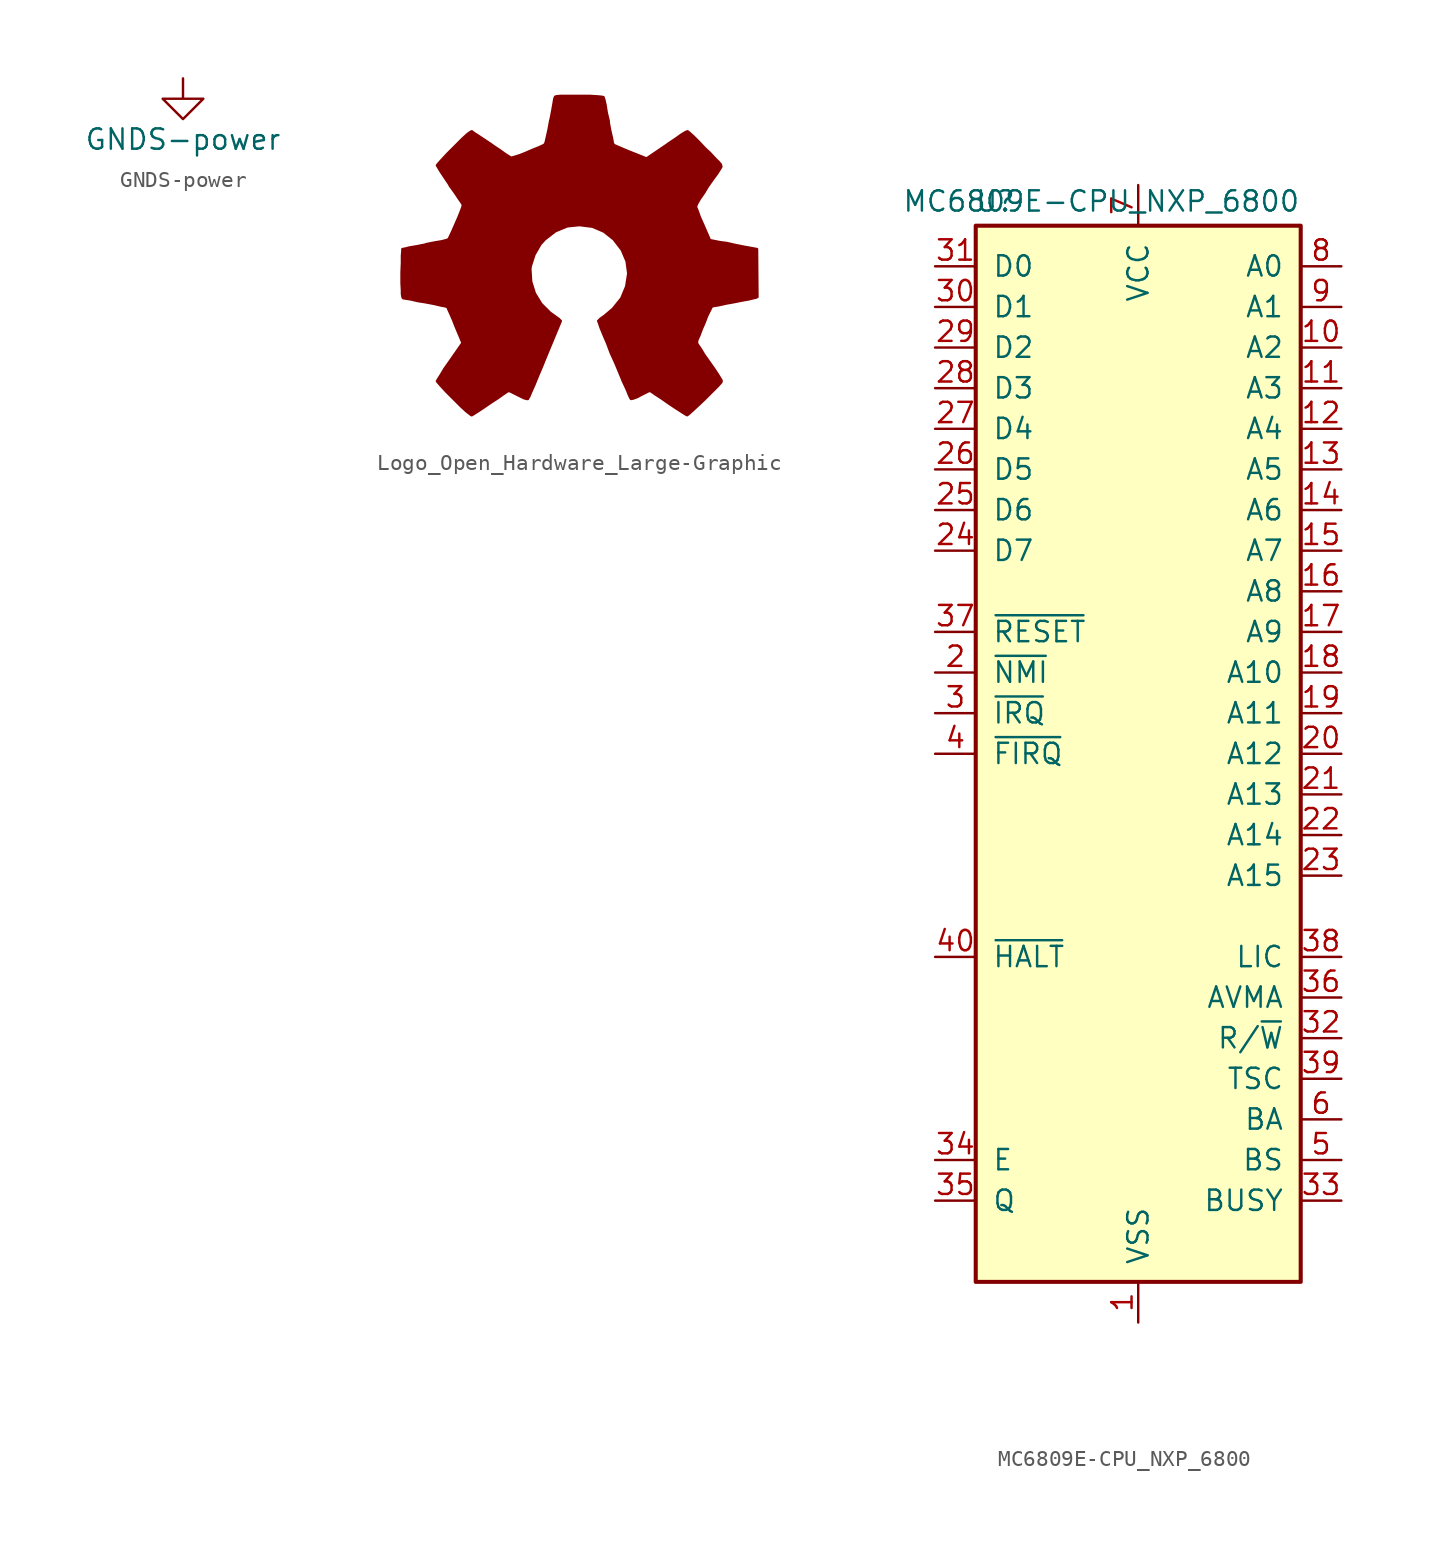
<source format=kicad_sym>
(kicad_symbol_lib
  (version 20211014)
  (generator kicad_symbol_editor)
  (symbol "GNDS-power"
    (power)
    (pin_names
      (offset 0))
    (property "Reference" "#PWR"
      (at 0 -6.35 0)
      (effects (font (size 1.27 1.27)) hide))
    (property "Value" "GNDS-power"
      (at 0 -3.81 0)
      (effects (font (size 1.27 1.27))))
    (symbol "GNDS-power_0_1"
      (polyline (pts (xy 0 0) (xy 0 -1.27) (xy 1.27 -1.27) (xy 0 -2.54) (xy -1.27 -1.27) (xy 0 -1.27)) (stroke (width 0) (type default) (color 0 0 0 0)) (fill (type none))))
    (symbol "GNDS-power_1_1"
      (pin power_in line (at 0 0 270) (length 0) hide (name "GNDS" (effects (font (size 1.27 1.27)))) (number "1" (effects (font (size 1.27 1.27)))))))
  (symbol "Logo_Open_Hardware_Large-Graphic"
    (pin_names
      (offset 1.016))
    (property "Reference" "#LOGO"
      (at 0 12.7 0)
      (effects (font (size 1.27 1.27)) hide))
    (symbol "Logo_Open_Hardware_Large-Graphic_1_1"
      (polyline (pts (xy 6.731 -8.712) (xy 6.629 -8.661) (xy 6.35 -8.484) (xy 5.994 -8.255) (xy 5.537 -7.95) (xy 5.105 -7.645) (xy 4.75 -7.417) (xy 4.496 -7.239) (xy 4.394 -7.188) (xy 4.318 -7.214) (xy 4.115 -7.315) (xy 3.81 -7.468) (xy 3.632 -7.569) (xy 3.353 -7.671) (xy 3.226 -7.696) (xy 3.2 -7.671) (xy 3.099 -7.468) (xy 2.946 -7.087) (xy 2.718 -6.604) (xy 2.489 -6.045) (xy 2.235 -5.436) (xy 1.956 -4.826) (xy 1.727 -4.216) (xy 1.499 -3.683) (xy 1.321 -3.251) (xy 1.219 -2.946) (xy 1.168 -2.819) (xy 1.194 -2.794) (xy 1.321 -2.667) (xy 1.575 -2.489) (xy 2.083 -2.057) (xy 2.616 -1.397) (xy 2.921 -0.66) (xy 3.048 0.152) (xy 2.946 0.914) (xy 2.642 1.626) (xy 2.134 2.286) (xy 1.524 2.769) (xy 0.813 3.073) (xy 0 3.175) (xy -0.762 3.099) (xy -1.499 2.794) (xy -2.159 2.286) (xy -2.438 1.981) (xy -2.819 1.321) (xy -3.048 0.61) (xy -3.073 0.432) (xy -3.023 -0.356) (xy -2.794 -1.092) (xy -2.388 -1.753) (xy -1.829 -2.311) (xy -1.753 -2.362) (xy -1.473 -2.565) (xy -1.295 -2.692) (xy -1.168 -2.819) (xy -2.159 -5.207) (xy -2.311 -5.588) (xy -2.591 -6.248) (xy -2.819 -6.807) (xy -3.023 -7.264) (xy -3.15 -7.569) (xy -3.226 -7.671) (xy -3.226 -7.696) (xy -3.302 -7.696) (xy -3.48 -7.645) (xy -3.835 -7.468) (xy -4.039 -7.366) (xy -4.293 -7.239) (xy -4.42 -7.188) (xy -4.521 -7.239) (xy -4.75 -7.391) (xy -5.105 -7.645) (xy -5.537 -7.925) (xy -5.944 -8.204) (xy -6.325 -8.458) (xy -6.604 -8.636) (xy -6.731 -8.712) (xy -6.756 -8.712) (xy -6.858 -8.636) (xy -7.087 -8.458) (xy -7.417 -8.153) (xy -7.874 -7.696) (xy -7.95 -7.62) (xy -8.331 -7.239) (xy -8.636 -6.909) (xy -8.839 -6.68) (xy -8.915 -6.579) (xy -8.915 -6.579) (xy -8.839 -6.452) (xy -8.661 -6.172) (xy -8.433 -5.791) (xy -8.128 -5.359) (xy -7.315 -4.191) (xy -7.772 -3.099) (xy -7.899 -2.769) (xy -8.077 -2.362) (xy -8.204 -2.083) (xy -8.255 -1.956) (xy -8.382 -1.905) (xy -8.661 -1.854) (xy -9.093 -1.753) (xy -9.627 -1.651) (xy -10.109 -1.575) (xy -10.541 -1.473) (xy -10.871 -1.422) (xy -11.024 -1.397) (xy -11.049 -1.372) (xy -11.074 -1.295) (xy -11.1 -1.143) (xy -11.1 -0.889) (xy -11.125 -0.457) (xy -11.125 0.152) (xy -11.125 0.229) (xy -11.1 0.813) (xy -11.1 1.27) (xy -11.074 1.549) (xy -11.074 1.676) (xy -11.074 1.676) (xy -10.922 1.702) (xy -10.617 1.778) (xy -10.16 1.854) (xy -9.652 1.956) (xy -9.601 1.981) (xy -9.093 2.083) (xy -8.636 2.159) (xy -8.331 2.235) (xy -8.204 2.286) (xy -8.179 2.311) (xy -8.077 2.515) (xy -7.925 2.845) (xy -7.747 3.251) (xy -7.569 3.658) (xy -7.417 4.039) (xy -7.315 4.318) (xy -7.29 4.445) (xy -7.29 4.445) (xy -7.366 4.572) (xy -7.544 4.826) (xy -7.798 5.207) (xy -8.128 5.664) (xy -8.128 5.69) (xy -8.433 6.147) (xy -8.687 6.528) (xy -8.839 6.782) (xy -8.915 6.909) (xy -8.915 6.909) (xy -8.814 7.036) (xy -8.585 7.29) (xy -8.255 7.645) (xy -7.874 8.026) (xy -7.747 8.153) (xy -7.315 8.585) (xy -7.01 8.865) (xy -6.833 8.992) (xy -6.731 9.042) (xy -6.731 9.042) (xy -6.604 8.941) (xy -6.325 8.763) (xy -5.944 8.509) (xy -5.486 8.204) (xy -5.461 8.179) (xy -5.004 7.874) (xy -4.648 7.62) (xy -4.369 7.442) (xy -4.267 7.391) (xy -4.242 7.391) (xy -4.064 7.442) (xy -3.734 7.544) (xy -3.353 7.696) (xy -2.946 7.874) (xy -2.565 8.026) (xy -2.286 8.153) (xy -2.159 8.23) (xy -2.159 8.23) (xy -2.108 8.382) (xy -2.032 8.712) (xy -1.93 9.169) (xy -1.829 9.728) (xy -1.803 9.804) (xy -1.702 10.338) (xy -1.626 10.77) (xy -1.575 11.074) (xy -1.524 11.201) (xy -1.448 11.227) (xy -1.194 11.252) (xy -0.813 11.252) (xy -0.33 11.252) (xy 0.152 11.252) (xy 0.66 11.252) (xy 1.067 11.227) (xy 1.372 11.201) (xy 1.499 11.176) (xy 1.499 11.176) (xy 1.549 11.024) (xy 1.626 10.693) (xy 1.702 10.211) (xy 1.829 9.677) (xy 1.829 9.576) (xy 1.93 9.042) (xy 2.032 8.611) (xy 2.083 8.306) (xy 2.134 8.204) (xy 2.159 8.179) (xy 2.388 8.077) (xy 2.743 7.925) (xy 3.175 7.747) (xy 4.191 7.341) (xy 5.461 8.204) (xy 5.563 8.28) (xy 6.02 8.585) (xy 6.375 8.839) (xy 6.629 8.992) (xy 6.756 9.042) (xy 6.756 9.042) (xy 6.883 8.941) (xy 7.137 8.712) (xy 7.468 8.382) (xy 7.849 7.976) (xy 8.153 7.696) (xy 8.484 7.341) (xy 8.712 7.112) (xy 8.839 6.96) (xy 8.865 6.858) (xy 8.865 6.807) (xy 8.788 6.68) (xy 8.611 6.401) (xy 8.331 6.02) (xy 8.026 5.588) (xy 7.798 5.207) (xy 7.518 4.801) (xy 7.341 4.496) (xy 7.29 4.343) (xy 7.29 4.293) (xy 7.391 4.039) (xy 7.518 3.683) (xy 7.722 3.226) (xy 8.153 2.235) (xy 8.788 2.108) (xy 9.195 2.057) (xy 9.754 1.93) (xy 10.262 1.829) (xy 11.1 1.676) (xy 11.125 -1.321) (xy 10.998 -1.372) (xy 10.871 -1.397) (xy 10.566 -1.473) (xy 10.135 -1.549) (xy 9.627 -1.651) (xy 9.195 -1.727) (xy 8.738 -1.829) (xy 8.433 -1.88) (xy 8.28 -1.905) (xy 8.255 -1.956) (xy 8.153 -2.159) (xy 7.976 -2.515) (xy 7.823 -2.921) (xy 7.645 -3.327) (xy 7.493 -3.734) (xy 7.366 -4.013) (xy 7.341 -4.191) (xy 7.391 -4.293) (xy 7.569 -4.547) (xy 7.798 -4.928) (xy 8.103 -5.359) (xy 8.407 -5.791) (xy 8.661 -6.172) (xy 8.814 -6.426) (xy 8.89 -6.553) (xy 8.865 -6.655) (xy 8.687 -6.858) (xy 8.357 -7.188) (xy 7.874 -7.671) (xy 7.798 -7.747) (xy 7.391 -8.128) (xy 7.061 -8.433) (xy 6.833 -8.636) (xy 6.731 -8.712)) (stroke (width 0) (type default) (color 0 0 0 0)) (fill (type outline)))))
  (symbol "MC6809E-CPU_NXP_6800"
    (pin_names
      (offset 1.016))
    (property "Reference" "U"
      (at -7.62 34.544 0)
      (effects (font (size 1.27 1.27)) (justify right)))
    (property "Value" "MC6809E-CPU_NXP_6800"
      (at 10.16 34.544 0)
      (effects (font (size 1.27 1.27)) (justify right)))
    (symbol "MC6809E-CPU_NXP_6800_0_1"
      (rectangle (start -10.16 -33.02) (end 10.16 33.02) (stroke (width 0.254) (type default) (color 0 0 0 0)) (fill (type background))))
    (symbol "MC6809E-CPU_NXP_6800_1_1"
      (pin power_in line (at 0 -35.56 90) (length 2.54) (name "VSS" (effects (font (size 1.27 1.27)))) (number "1" (effects (font (size 1.27 1.27)))))
      (pin output line (at 12.7 25.4 180) (length 2.54) (name "A2" (effects (font (size 1.27 1.27)))) (number "10" (effects (font (size 1.27 1.27)))))
      (pin output line (at 12.7 22.86 180) (length 2.54) (name "A3" (effects (font (size 1.27 1.27)))) (number "11" (effects (font (size 1.27 1.27)))))
      (pin output line (at 12.7 20.32 180) (length 2.54) (name "A4" (effects (font (size 1.27 1.27)))) (number "12" (effects (font (size 1.27 1.27)))))
      (pin output line (at 12.7 17.78 180) (length 2.54) (name "A5" (effects (font (size 1.27 1.27)))) (number "13" (effects (font (size 1.27 1.27)))))
      (pin output line (at 12.7 15.24 180) (length 2.54) (name "A6" (effects (font (size 1.27 1.27)))) (number "14" (effects (font (size 1.27 1.27)))))
      (pin output line (at 12.7 12.7 180) (length 2.54) (name "A7" (effects (font (size 1.27 1.27)))) (number "15" (effects (font (size 1.27 1.27)))))
      (pin output line (at 12.7 10.16 180) (length 2.54) (name "A8" (effects (font (size 1.27 1.27)))) (number "16" (effects (font (size 1.27 1.27)))))
      (pin output line (at 12.7 7.62 180) (length 2.54) (name "A9" (effects (font (size 1.27 1.27)))) (number "17" (effects (font (size 1.27 1.27)))))
      (pin output line (at 12.7 5.08 180) (length 2.54) (name "A10" (effects (font (size 1.27 1.27)))) (number "18" (effects (font (size 1.27 1.27)))))
      (pin output line (at 12.7 2.54 180) (length 2.54) (name "A11" (effects (font (size 1.27 1.27)))) (number "19" (effects (font (size 1.27 1.27)))))
      (pin input line (at -12.7 5.08 0) (length 2.54) (name "~{NMI}" (effects (font (size 1.27 1.27)))) (number "2" (effects (font (size 1.27 1.27)))))
      (pin output line (at 12.7 0 180) (length 2.54) (name "A12" (effects (font (size 1.27 1.27)))) (number "20" (effects (font (size 1.27 1.27)))))
      (pin output line (at 12.7 -2.54 180) (length 2.54) (name "A13" (effects (font (size 1.27 1.27)))) (number "21" (effects (font (size 1.27 1.27)))))
      (pin output line (at 12.7 -5.08 180) (length 2.54) (name "A14" (effects (font (size 1.27 1.27)))) (number "22" (effects (font (size 1.27 1.27)))))
      (pin output line (at 12.7 -7.62 180) (length 2.54) (name "A15" (effects (font (size 1.27 1.27)))) (number "23" (effects (font (size 1.27 1.27)))))
      (pin bidirectional line (at -12.7 12.7 0) (length 2.54) (name "D7" (effects (font (size 1.27 1.27)))) (number "24" (effects (font (size 1.27 1.27)))))
      (pin bidirectional line (at -12.7 15.24 0) (length 2.54) (name "D6" (effects (font (size 1.27 1.27)))) (number "25" (effects (font (size 1.27 1.27)))))
      (pin bidirectional line (at -12.7 17.78 0) (length 2.54) (name "D5" (effects (font (size 1.27 1.27)))) (number "26" (effects (font (size 1.27 1.27)))))
      (pin bidirectional line (at -12.7 20.32 0) (length 2.54) (name "D4" (effects (font (size 1.27 1.27)))) (number "27" (effects (font (size 1.27 1.27)))))
      (pin bidirectional line (at -12.7 22.86 0) (length 2.54) (name "D3" (effects (font (size 1.27 1.27)))) (number "28" (effects (font (size 1.27 1.27)))))
      (pin bidirectional line (at -12.7 25.4 0) (length 2.54) (name "D2" (effects (font (size 1.27 1.27)))) (number "29" (effects (font (size 1.27 1.27)))))
      (pin input line (at -12.7 2.54 0) (length 2.54) (name "~{IRQ}" (effects (font (size 1.27 1.27)))) (number "3" (effects (font (size 1.27 1.27)))))
      (pin bidirectional line (at -12.7 27.94 0) (length 2.54) (name "D1" (effects (font (size 1.27 1.27)))) (number "30" (effects (font (size 1.27 1.27)))))
      (pin bidirectional line (at -12.7 30.48 0) (length 2.54) (name "D0" (effects (font (size 1.27 1.27)))) (number "31" (effects (font (size 1.27 1.27)))))
      (pin output line (at 12.7 -17.78 180) (length 2.54) (name "R/~{W}" (effects (font (size 1.27 1.27)))) (number "32" (effects (font (size 1.27 1.27)))))
      (pin output line (at 12.7 -27.94 180) (length 2.54) (name "BUSY" (effects (font (size 1.27 1.27)))) (number "33" (effects (font (size 1.27 1.27)))))
      (pin input line (at -12.7 -25.4 0) (length 2.54) (name "E" (effects (font (size 1.27 1.27)))) (number "34" (effects (font (size 1.27 1.27)))))
      (pin input line (at -12.7 -27.94 0) (length 2.54) (name "Q" (effects (font (size 1.27 1.27)))) (number "35" (effects (font (size 1.27 1.27)))))
      (pin output line (at 12.7 -15.24 180) (length 2.54) (name "AVMA" (effects (font (size 1.27 1.27)))) (number "36" (effects (font (size 1.27 1.27)))))
      (pin input line (at -12.7 7.62 0) (length 2.54) (name "~{RESET}" (effects (font (size 1.27 1.27)))) (number "37" (effects (font (size 1.27 1.27)))))
      (pin output line (at 12.7 -12.7 180) (length 2.54) (name "LIC" (effects (font (size 1.27 1.27)))) (number "38" (effects (font (size 1.27 1.27)))))
      (pin output line (at 12.7 -20.32 180) (length 2.54) (name "TSC" (effects (font (size 1.27 1.27)))) (number "39" (effects (font (size 1.27 1.27)))))
      (pin input line (at -12.7 0 0) (length 2.54) (name "~{FIRQ}" (effects (font (size 1.27 1.27)))) (number "4" (effects (font (size 1.27 1.27)))))
      (pin input line (at -12.7 -12.7 0) (length 2.54) (name "~{HALT}" (effects (font (size 1.27 1.27)))) (number "40" (effects (font (size 1.27 1.27)))))
      (pin output line (at 12.7 -25.4 180) (length 2.54) (name "BS" (effects (font (size 1.27 1.27)))) (number "5" (effects (font (size 1.27 1.27)))))
      (pin output line (at 12.7 -22.86 180) (length 2.54) (name "BA" (effects (font (size 1.27 1.27)))) (number "6" (effects (font (size 1.27 1.27)))))
      (pin power_in line (at 0 35.56 270) (length 2.54) (name "VCC" (effects (font (size 1.27 1.27)))) (number "7" (effects (font (size 1.27 1.27)))))
      (pin output line (at 12.7 30.48 180) (length 2.54) (name "A0" (effects (font (size 1.27 1.27)))) (number "8" (effects (font (size 1.27 1.27)))))
      (pin output line (at 12.7 27.94 180) (length 2.54) (name "A1" (effects (font (size 1.27 1.27)))) (number "9" (effects (font (size 1.27 1.27))))))))
</source>
